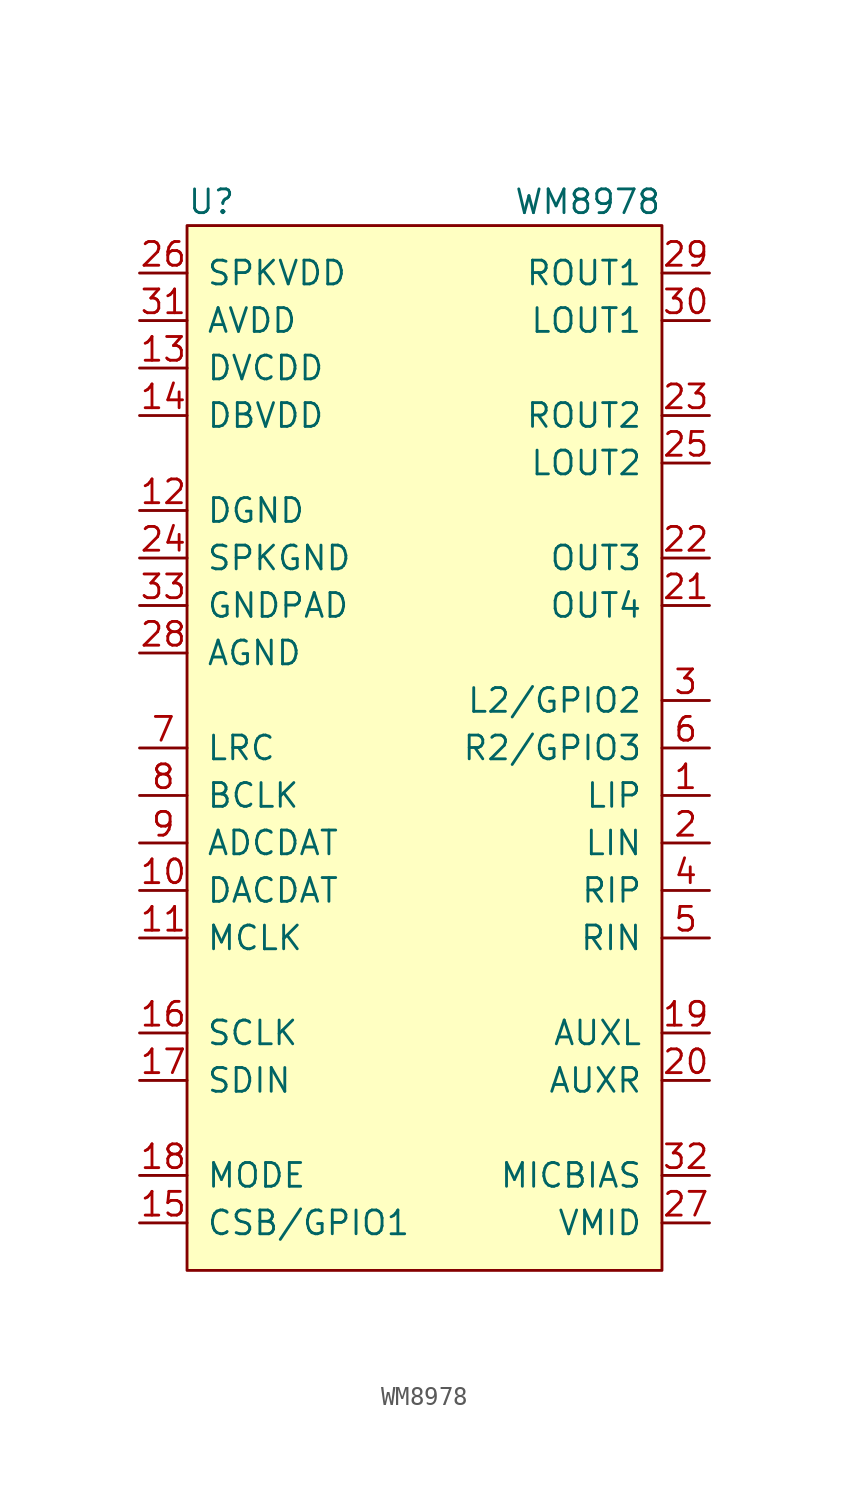
<source format=kicad_sym>
(kicad_symbol_lib
  (version 20211014)
  (generator kicad_symbol_editor)
  (symbol "WM8978"
    (pin_names
      (offset 1.016))
    (property "Reference" "U"
      (at -12.7 29.21 0)
      (effects (font (size 1.27 1.27)) (justify left)))
    (property "Value" "WM8978"
      (at 12.7 29.21 0)
      (effects (font (size 1.27 1.27)) (justify right)))
    (symbol "WM8978_0_1"
      (rectangle (start -12.7 27.94) (end 12.7 -27.94) (stroke (width 0) (type default) (color 0 0 0 0)) (fill (type background))))
    (symbol "WM8978_1_1"
      (pin input line (at 15.24 -2.54 180) (length 2.54) (name "LIP" (effects (font (size 1.27 1.27)))) (number "1" (effects (font (size 1.27 1.27)))))
      (pin input line (at -15.24 -7.62 0) (length 2.54) (name "DACDAT" (effects (font (size 1.27 1.27)))) (number "10" (effects (font (size 1.27 1.27)))))
      (pin input line (at -15.24 -10.16 0) (length 2.54) (name "MCLK" (effects (font (size 1.27 1.27)))) (number "11" (effects (font (size 1.27 1.27)))))
      (pin power_in line (at -15.24 12.7 0) (length 2.54) (name "DGND" (effects (font (size 1.27 1.27)))) (number "12" (effects (font (size 1.27 1.27)))))
      (pin power_in line (at -15.24 20.32 0) (length 2.54) (name "DVCDD" (effects (font (size 1.27 1.27)))) (number "13" (effects (font (size 1.27 1.27)))))
      (pin power_in line (at -15.24 17.78 0) (length 2.54) (name "DBVDD" (effects (font (size 1.27 1.27)))) (number "14" (effects (font (size 1.27 1.27)))))
      (pin bidirectional line (at -15.24 -25.4 0) (length 2.54) (name "CSB/GPIO1" (effects (font (size 1.27 1.27)))) (number "15" (effects (font (size 1.27 1.27)))))
      (pin input line (at -15.24 -15.24 0) (length 2.54) (name "SCLK" (effects (font (size 1.27 1.27)))) (number "16" (effects (font (size 1.27 1.27)))))
      (pin bidirectional line (at -15.24 -17.78 0) (length 2.54) (name "SDIN" (effects (font (size 1.27 1.27)))) (number "17" (effects (font (size 1.27 1.27)))))
      (pin input line (at -15.24 -22.86 0) (length 2.54) (name "MODE" (effects (font (size 1.27 1.27)))) (number "18" (effects (font (size 1.27 1.27)))))
      (pin input line (at 15.24 -15.24 180) (length 2.54) (name "AUXL" (effects (font (size 1.27 1.27)))) (number "19" (effects (font (size 1.27 1.27)))))
      (pin input line (at 15.24 -5.08 180) (length 2.54) (name "LIN" (effects (font (size 1.27 1.27)))) (number "2" (effects (font (size 1.27 1.27)))))
      (pin input line (at 15.24 -17.78 180) (length 2.54) (name "AUXR" (effects (font (size 1.27 1.27)))) (number "20" (effects (font (size 1.27 1.27)))))
      (pin output line (at 15.24 7.62 180) (length 2.54) (name "OUT4" (effects (font (size 1.27 1.27)))) (number "21" (effects (font (size 1.27 1.27)))))
      (pin output line (at 15.24 10.16 180) (length 2.54) (name "OUT3" (effects (font (size 1.27 1.27)))) (number "22" (effects (font (size 1.27 1.27)))))
      (pin output line (at 15.24 17.78 180) (length 2.54) (name "ROUT2" (effects (font (size 1.27 1.27)))) (number "23" (effects (font (size 1.27 1.27)))))
      (pin power_in line (at -15.24 10.16 0) (length 2.54) (name "SPKGND" (effects (font (size 1.27 1.27)))) (number "24" (effects (font (size 1.27 1.27)))))
      (pin output line (at 15.24 15.24 180) (length 2.54) (name "LOUT2" (effects (font (size 1.27 1.27)))) (number "25" (effects (font (size 1.27 1.27)))))
      (pin power_in line (at -15.24 25.4 0) (length 2.54) (name "SPKVDD" (effects (font (size 1.27 1.27)))) (number "26" (effects (font (size 1.27 1.27)))))
      (pin passive line (at 15.24 -25.4 180) (length 2.54) (name "VMID" (effects (font (size 1.27 1.27)))) (number "27" (effects (font (size 1.27 1.27)))))
      (pin power_in line (at -15.24 5.08 0) (length 2.54) (name "AGND" (effects (font (size 1.27 1.27)))) (number "28" (effects (font (size 1.27 1.27)))))
      (pin output line (at 15.24 25.4 180) (length 2.54) (name "ROUT1" (effects (font (size 1.27 1.27)))) (number "29" (effects (font (size 1.27 1.27)))))
      (pin output line (at 15.24 2.54 180) (length 2.54) (name "L2/GPIO2" (effects (font (size 1.27 1.27)))) (number "3" (effects (font (size 1.27 1.27)))))
      (pin output line (at 15.24 22.86 180) (length 2.54) (name "LOUT1" (effects (font (size 1.27 1.27)))) (number "30" (effects (font (size 1.27 1.27)))))
      (pin power_in line (at -15.24 22.86 0) (length 2.54) (name "AVDD" (effects (font (size 1.27 1.27)))) (number "31" (effects (font (size 1.27 1.27)))))
      (pin output line (at 15.24 -22.86 180) (length 2.54) (name "MICBIAS" (effects (font (size 1.27 1.27)))) (number "32" (effects (font (size 1.27 1.27)))))
      (pin power_in line (at -15.24 7.62 0) (length 2.54) (name "GNDPAD" (effects (font (size 1.27 1.27)))) (number "33" (effects (font (size 1.27 1.27)))))
      (pin input line (at 15.24 -7.62 180) (length 2.54) (name "RIP" (effects (font (size 1.27 1.27)))) (number "4" (effects (font (size 1.27 1.27)))))
      (pin input line (at 15.24 -10.16 180) (length 2.54) (name "RIN" (effects (font (size 1.27 1.27)))) (number "5" (effects (font (size 1.27 1.27)))))
      (pin input line (at 15.24 0 180) (length 2.54) (name "R2/GPIO3" (effects (font (size 1.27 1.27)))) (number "6" (effects (font (size 1.27 1.27)))))
      (pin bidirectional line (at -15.24 0 0) (length 2.54) (name "LRC" (effects (font (size 1.27 1.27)))) (number "7" (effects (font (size 1.27 1.27)))))
      (pin bidirectional line (at -15.24 -2.54 0) (length 2.54) (name "BCLK" (effects (font (size 1.27 1.27)))) (number "8" (effects (font (size 1.27 1.27)))))
      (pin output line (at -15.24 -5.08 0) (length 2.54) (name "ADCDAT" (effects (font (size 1.27 1.27)))) (number "9" (effects (font (size 1.27 1.27))))))))
</source>
